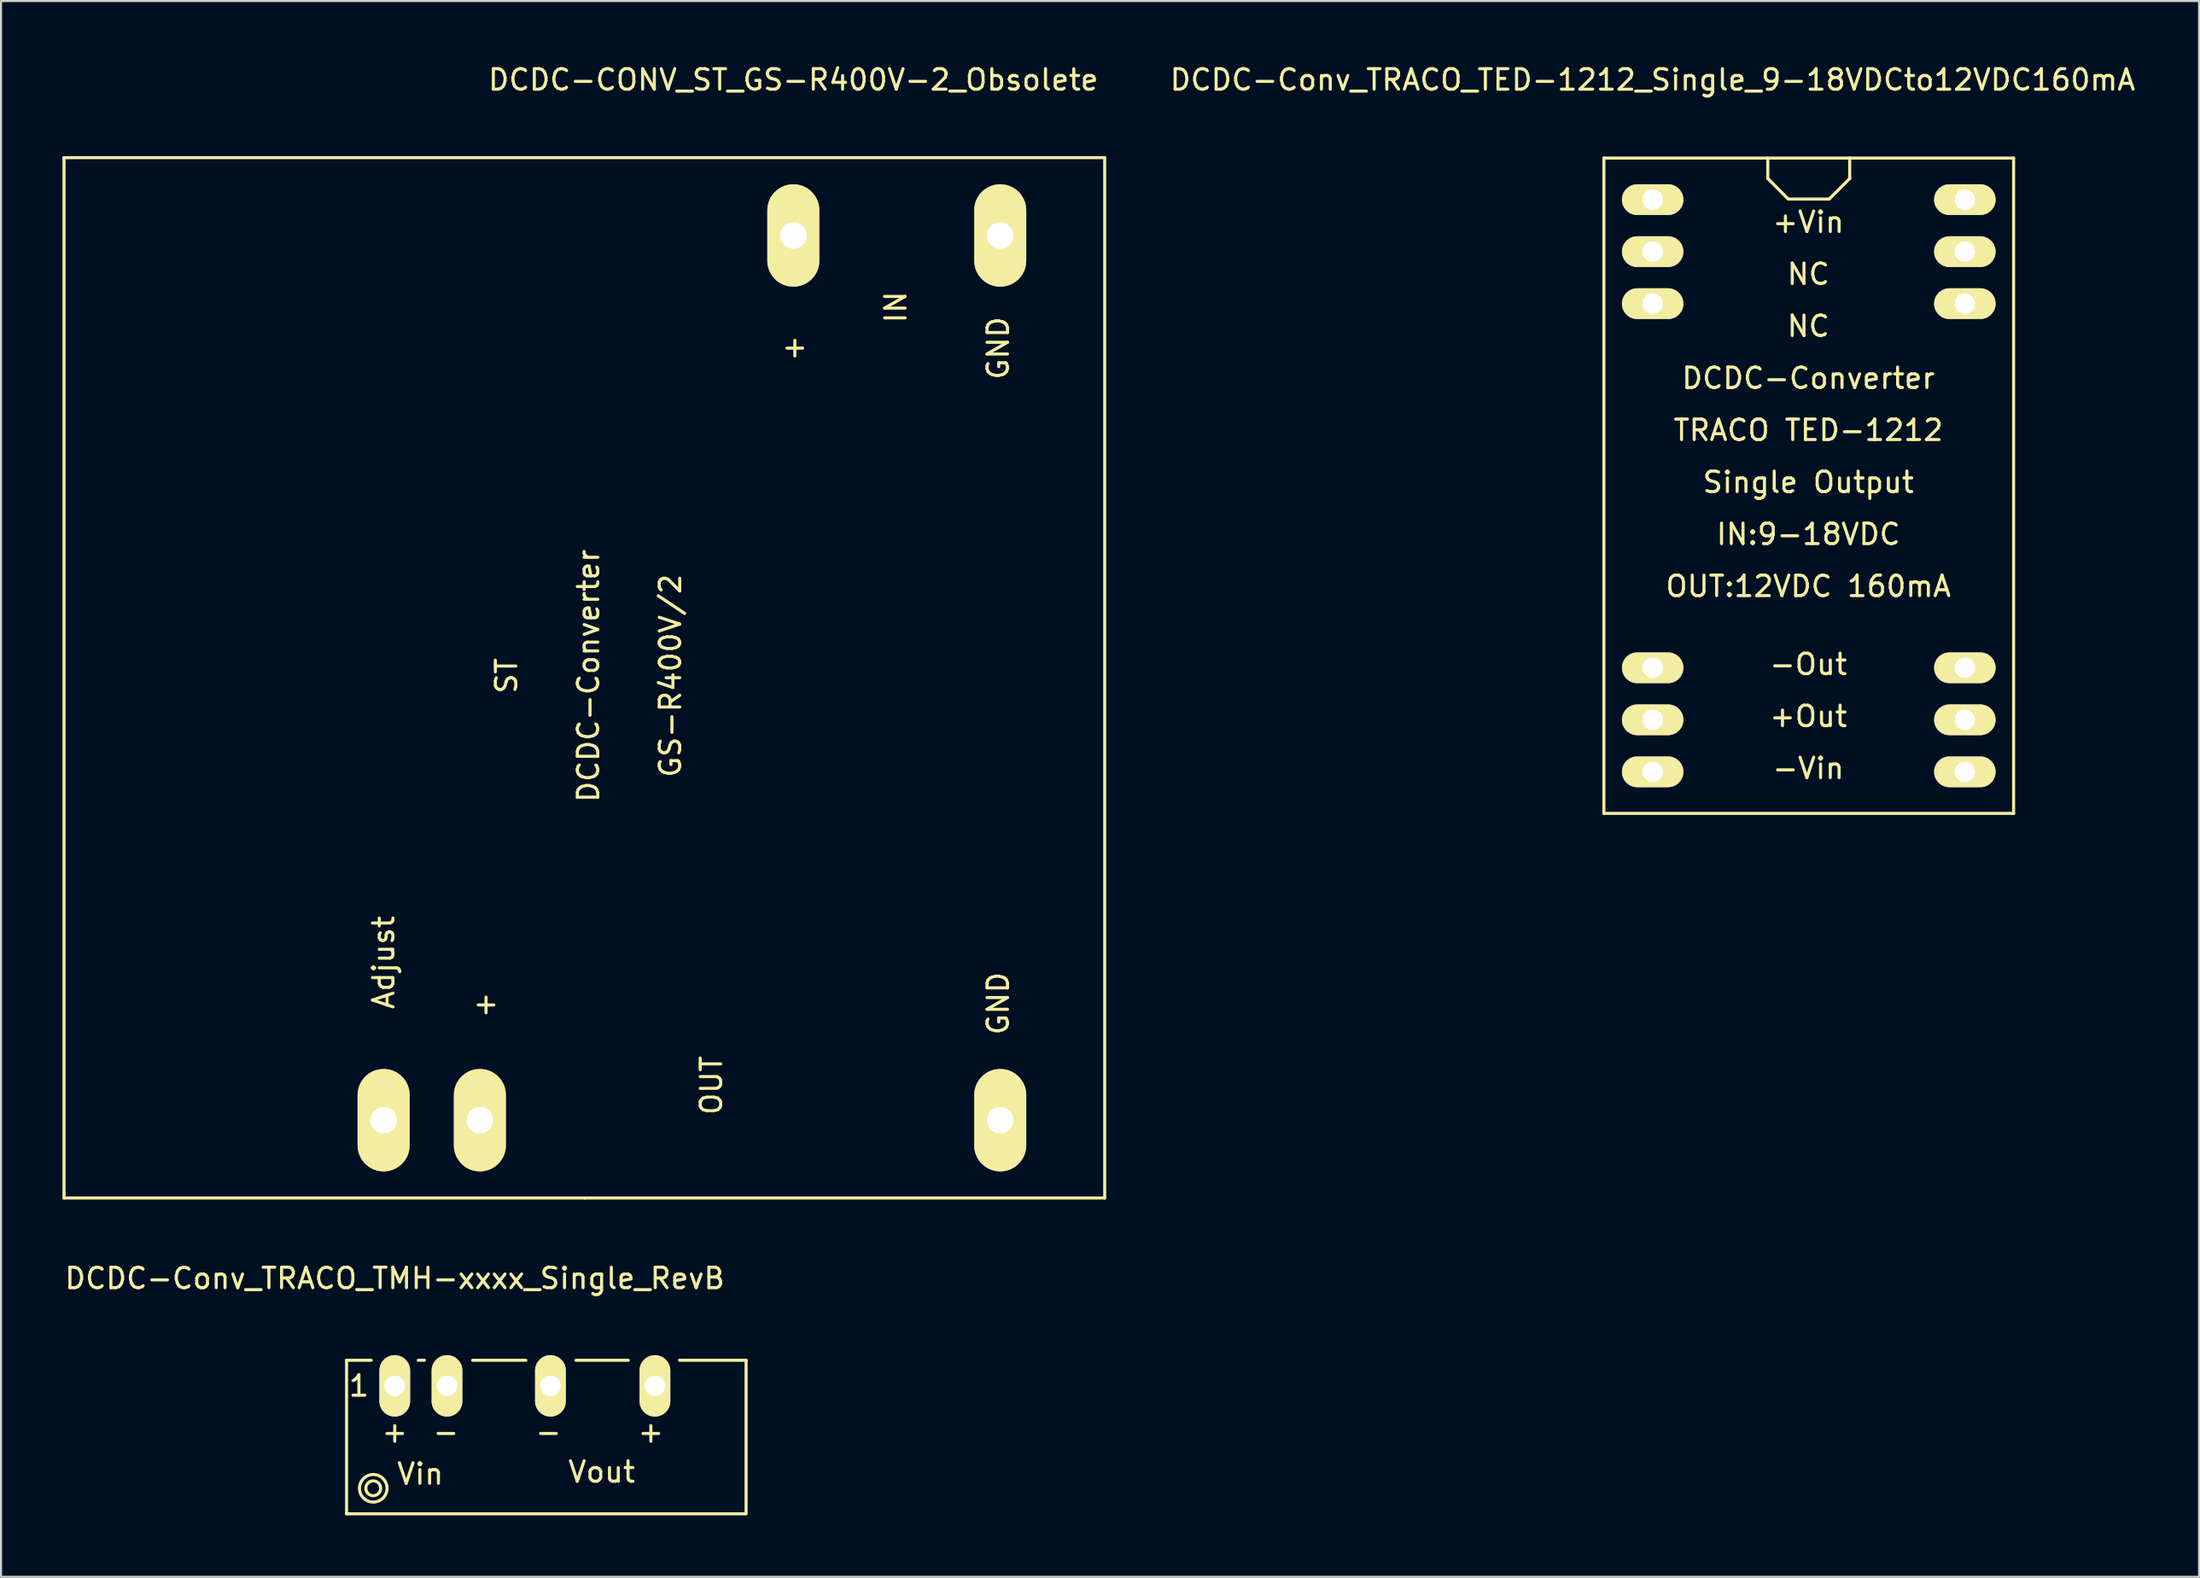
<source format=kicad_pcb>
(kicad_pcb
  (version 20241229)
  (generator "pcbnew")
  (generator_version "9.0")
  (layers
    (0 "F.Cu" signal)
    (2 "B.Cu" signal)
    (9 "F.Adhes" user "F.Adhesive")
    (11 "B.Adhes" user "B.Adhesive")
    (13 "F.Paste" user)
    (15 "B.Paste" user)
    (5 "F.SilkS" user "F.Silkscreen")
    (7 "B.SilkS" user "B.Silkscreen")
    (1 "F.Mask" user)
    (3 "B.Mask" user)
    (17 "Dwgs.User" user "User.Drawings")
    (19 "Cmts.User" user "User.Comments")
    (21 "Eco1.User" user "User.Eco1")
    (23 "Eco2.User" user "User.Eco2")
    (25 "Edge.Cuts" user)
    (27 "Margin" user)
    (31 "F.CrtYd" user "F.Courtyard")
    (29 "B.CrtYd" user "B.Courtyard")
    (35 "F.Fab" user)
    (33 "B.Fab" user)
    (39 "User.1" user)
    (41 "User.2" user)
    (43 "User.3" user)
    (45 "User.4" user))
  (footprint "DCDC-CONV_ST_GS-R400V-2_Obsolete"
    (layer "F.Cu")
    (at 35.676 8.448)
    (property "Reference" "DCDC-CONV_ST_GS-R400V-2_Obsolete" (at 0 -7.6 0) (layer "F.SilkS") (effects (font (size 1 1) (thickness 0.15))))
    (attr through_hole)
    (fp_line (start -35.601 -3.8) (end -35.601 47) (stroke (width 0.15) (type solid)) (layer "F.SilkS"))
    (fp_line (start -35.601 47) (end -10.201 47) (stroke (width 0.15) (type solid)) (layer "F.SilkS"))
    (fp_line (start -10.201 47) (end 15.199 47) (stroke (width 0.15) (type solid)) (layer "F.SilkS"))
    (fp_line (start 15.199 -3.8) (end -35.601 -3.8) (stroke (width 0.15) (type solid)) (layer "F.SilkS"))
    (fp_line (start 15.199 47) (end 15.199 -3.8) (stroke (width 0.15) (type solid)) (layer "F.SilkS"))
    (fp_text user "ST" (at -14.001 21.5 90) (layer "F.SilkS") (effects (font (size 1 1) (thickness 0.15))))
    (fp_text user "Adjust" (at -20 35.5 90) (layer "F.SilkS") (effects (font (size 1 1) (thickness 0.15))))
    (fp_text user "GS-R400V/2" (at -6 21.5 90) (layer "F.SilkS") (effects (font (size 1 1) (thickness 0.15))))
    (fp_text user "DCDC-Converter" (at -10 21.5 90) (layer "F.SilkS") (effects (font (size 1 1) (thickness 0.15))))
    (fp_text user "GND" (at 10 5.501 90) (layer "F.SilkS") (effects (font (size 1 1) (thickness 0.15))))
    (fp_text user "OUT" (at -4.001 41.5 90) (layer "F.SilkS") (effects (font (size 1 1) (thickness 0.15))))
    (fp_text user "+" (at -15.001 37.499 0) (layer "F.SilkS") (effects (font (size 1 1) (thickness 0.15))))
    (fp_text user "GND" (at 10 37.499 90) (layer "F.SilkS") (effects (font (size 1 1) (thickness 0.15))))
    (fp_text user "IN" (at 5.001 3.499 90) (layer "F.SilkS") (effects (font (size 1 1) (thickness 0.15))))
    (fp_text user "+" (at -0.00002 5.501 90) (layer "F.SilkS") (effects (font (size 1 1) (thickness 0.15))))
    (pad "1" thru_hole oval (at 0 0) (size 2.54 5.001) (drill 1.3) (layers "*.Cu" "*.Mask" "F.SilkS"))
    (pad "2" thru_hole oval (at 10.099 0) (size 2.54 5.001) (drill 1.3) (layers "*.Cu" "*.Mask" "F.SilkS"))
    (pad "3" thru_hole oval (at 10.099 43.2) (size 2.54 5.001) (drill 1.3) (layers "*.Cu" "*.Mask" "F.SilkS"))
    (pad "4" thru_hole oval (at -15.301 43.2) (size 2.54 5.001) (drill 1.3) (layers "*.Cu" "*.Mask" "F.SilkS"))
    (pad "5" thru_hole oval (at -20 43.2) (size 2.54 5.001) (drill 1.3) (layers "*.Cu" "*.Mask" "F.SilkS")))
  (footprint "DCDC-Conv_TRACO_TMH-xxxx_Single_RevB"
    (layer "F.Cu")
    (at 16.22 64.622)
    (property "Reference" "DCDC-Conv_TRACO_TMH-xxxx_Single_RevB" (at 0 -5.25 0) (layer "F.SilkS") (effects (font (size 1 1) (thickness 0.15))))
    (attr through_hole)
    (fp_line (start -2.352 -1.25) (end -2.352 6.248) (stroke (width 0.15) (type solid)) (layer "F.SilkS"))
    (fp_line (start -2.352 6.248) (end 17.099 6.248) (stroke (width 0.15) (type solid)) (layer "F.SilkS"))
    (fp_line (start -1.151 -1.25) (end -2.352 -1.25) (stroke (width 0.15) (type solid)) (layer "F.SilkS"))
    (fp_line (start 1.448 -1.25) (end 1.148 -1.25) (stroke (width 0.15) (type solid)) (layer "F.SilkS"))
    (fp_line (start 6.398 -1.25) (end 3.8 -1.25) (stroke (width 0.15) (type solid)) (layer "F.SilkS"))
    (fp_line (start 11.399 -1.25) (end 8.849 -1.25) (stroke (width 0.15) (type solid)) (layer "F.SilkS"))
    (fp_line (start 17.15 -1.25) (end 13.899 -1.25) (stroke (width 0.15) (type solid)) (layer "F.SilkS"))
    (fp_line (start 17.15 6.248) (end 17.15 -1.25) (stroke (width 0.15) (type solid)) (layer "F.SilkS"))
    (fp_circle (center -1.05 5.001) (end -0.951 5.349) (stroke (width 0.15) (type solid)) (fill no) (layer "F.SilkS"))
    (fp_circle (center -1.05 5.001) (end -0.549 5.45) (stroke (width 0.15) (type solid)) (fill no) (layer "F.SilkS"))
    (fp_text user "-" (at 2.499 2.25 0) (layer "F.SilkS") (effects (font (size 1 1) (thickness 0.15))))
    (fp_text user "Vin" (at 1.249 4.3 0) (layer "F.SilkS") (effects (font (size 1 1) (thickness 0.15))))
    (fp_text user "+" (at -0.001 2.25 0) (layer "F.SilkS") (effects (font (size 1 1) (thickness 0.15))))
    (fp_text user "1" (at -1.75 0 0) (layer "F.SilkS") (effects (font (size 1 1) (thickness 0.15))))
    (fp_text user "Vout" (at 10.101 4.201 0) (layer "F.SilkS") (effects (font (size 1 1) (thickness 0.15))))
    (fp_text user "+" (at 12.501 2.25 0) (layer "F.SilkS") (effects (font (size 1 1) (thickness 0.15))))
    (fp_text user "-" (at 7.5 2.25 0) (layer "F.SilkS") (effects (font (size 1 1) (thickness 0.15))))
    (pad "1" thru_hole oval (at 0 0) (size 1.501 3) (drill 1.001) (layers "*.Cu" "*.Mask" "F.SilkS"))
    (pad "2" thru_hole oval (at 2.55 0) (size 1.501 3) (drill 1.001) (layers "*.Cu" "*.Mask" "F.SilkS"))
    (pad "4" thru_hole oval (at 7.6 0) (size 1.501 3) (drill 1.001) (layers "*.Cu" "*.Mask" "F.SilkS"))
    (pad "6" thru_hole oval (at 12.7 0) (size 1.501 3) (drill 1.001) (layers "*.Cu" "*.Mask" "F.SilkS")))
  (footprint "DCDC-Conv_TRACO_TED-1212_Single_9-18VDCto12VDC160mA"
    (layer "F.Cu")
    (at 77.623 6.698)
    (property "Reference" "DCDC-Conv_TRACO_TED-1212_Single_9-18VDCto12VDC160mA" (at 0 -5.85 0) (layer "F.SilkS") (effects (font (size 1 1) (thickness 0.15))))
    (attr through_hole)
    (fp_line (start -2.38 -2.029) (end -2.38 29.97) (stroke (width 0.15) (type solid)) (layer "F.SilkS"))
    (fp_line (start -2.38 29.97) (end 17.62 29.97) (stroke (width 0.15) (type solid)) (layer "F.SilkS"))
    (fp_line (start 5.621 -2.029) (end 5.621 -1.031) (stroke (width 0.15) (type solid)) (layer "F.SilkS"))
    (fp_line (start 5.621 -1.031) (end 6.619 -0.03) (stroke (width 0.15) (type solid)) (layer "F.SilkS"))
    (fp_line (start 6.619 -0.03) (end 8.621 -0.03) (stroke (width 0.15) (type solid)) (layer "F.SilkS"))
    (fp_line (start 8.621 -0.03) (end 9.619 -1.031) (stroke (width 0.15) (type solid)) (layer "F.SilkS"))
    (fp_line (start 9.619 -1.031) (end 9.619 -2.029) (stroke (width 0.15) (type solid)) (layer "F.SilkS"))
    (fp_line (start 17.62 -2.029) (end -2.38 -2.029) (stroke (width 0.15) (type solid)) (layer "F.SilkS"))
    (fp_line (start 17.62 29.97) (end 17.62 -2.029) (stroke (width 0.15) (type solid)) (layer "F.SilkS"))
    (fp_text user "DCDC-Converter" (at 7.6 8.72 0) (layer "F.SilkS") (effects (font (size 1 1) (thickness 0.15))))
    (fp_text user "+Vin" (at 7.6 1.1 0) (layer "F.SilkS") (effects (font (size 1 1) (thickness 0.15))))
    (fp_text user "-Out" (at 7.6 22.69 0) (layer "F.SilkS") (effects (font (size 1 1) (thickness 0.15))))
    (fp_text user "OUT:12VDC 160mA" (at 7.6 18.88 0) (layer "F.SilkS") (effects (font (size 1 1) (thickness 0.15))))
    (fp_text user "-Vin" (at 7.6 27.77 0) (layer "F.SilkS") (effects (font (size 1 1) (thickness 0.15))))
    (fp_text user "NC" (at 7.6 6.18 0) (layer "F.SilkS") (effects (font (size 1 1) (thickness 0.15))))
    (fp_text user "NC" (at 7.6 3.64 0) (layer "F.SilkS") (effects (font (size 1 1) (thickness 0.15))))
    (fp_text user "Single Output" (at 7.6 13.8 0) (layer "F.SilkS") (effects (font (size 1 1) (thickness 0.15))))
    (fp_text user "+Out" (at 7.6 25.23 0) (layer "F.SilkS") (effects (font (size 1 1) (thickness 0.15))))
    (fp_text user "TRACO TED-1212" (at 7.6 11.26 0) (layer "F.SilkS") (effects (font (size 1 1) (thickness 0.15))))
    (fp_text user "IN:9-18VDC" (at 7.6 16.34 0) (layer "F.SilkS") (effects (font (size 1 1) (thickness 0.15))))
    (pad "1" thru_hole oval (at 0 0) (size 3 1.501) (drill 1.001) (layers "*.Cu" "*.Mask" "F.SilkS"))
    (pad "2" thru_hole oval (at 0 2.54) (size 3 1.501) (drill 1.001) (layers "*.Cu" "*.Mask" "F.SilkS"))
    (pad "3" thru_hole oval (at 0 5.08) (size 3 1.501) (drill 1.001) (layers "*.Cu" "*.Mask" "F.SilkS"))
    (pad "10" thru_hole oval (at 0 22.86) (size 3 1.501) (drill 1.001) (layers "*.Cu" "*.Mask" "F.SilkS"))
    (pad "11" thru_hole oval (at 0 25.4) (size 3 1.501) (drill 1.001) (layers "*.Cu" "*.Mask" "F.SilkS"))
    (pad "12" thru_hole oval (at 0 27.94) (size 3 1.501) (drill 1.001) (layers "*.Cu" "*.Mask" "F.SilkS"))
    (pad "13" thru_hole oval (at 15.24 27.94) (size 3 1.501) (drill 1.001) (layers "*.Cu" "*.Mask" "F.SilkS"))
    (pad "14" thru_hole oval (at 15.24 25.4) (size 3 1.501) (drill 1.001) (layers "*.Cu" "*.Mask" "F.SilkS"))
    (pad "15" thru_hole oval (at 15.24 22.86) (size 3 1.501) (drill 1.001) (layers "*.Cu" "*.Mask" "F.SilkS"))
    (pad "22" thru_hole oval (at 15.24 5.08) (size 3 1.501) (drill 1.001) (layers "*.Cu" "*.Mask" "F.SilkS"))
    (pad "23" thru_hole oval (at 15.24 2.54) (size 3 1.501) (drill 1.001) (layers "*.Cu" "*.Mask" "F.SilkS"))
    (pad "24" thru_hole oval (at 15.24 0) (size 3 1.501) (drill 1.001) (layers "*.Cu" "*.Mask" "F.SilkS")))
  (gr_rect
    (start -3 -3)
    (end 104.295 73.945)
    (stroke (width 0.1) (type default))
    (fill no)
    (layer "Edge.Cuts")))
</source>
